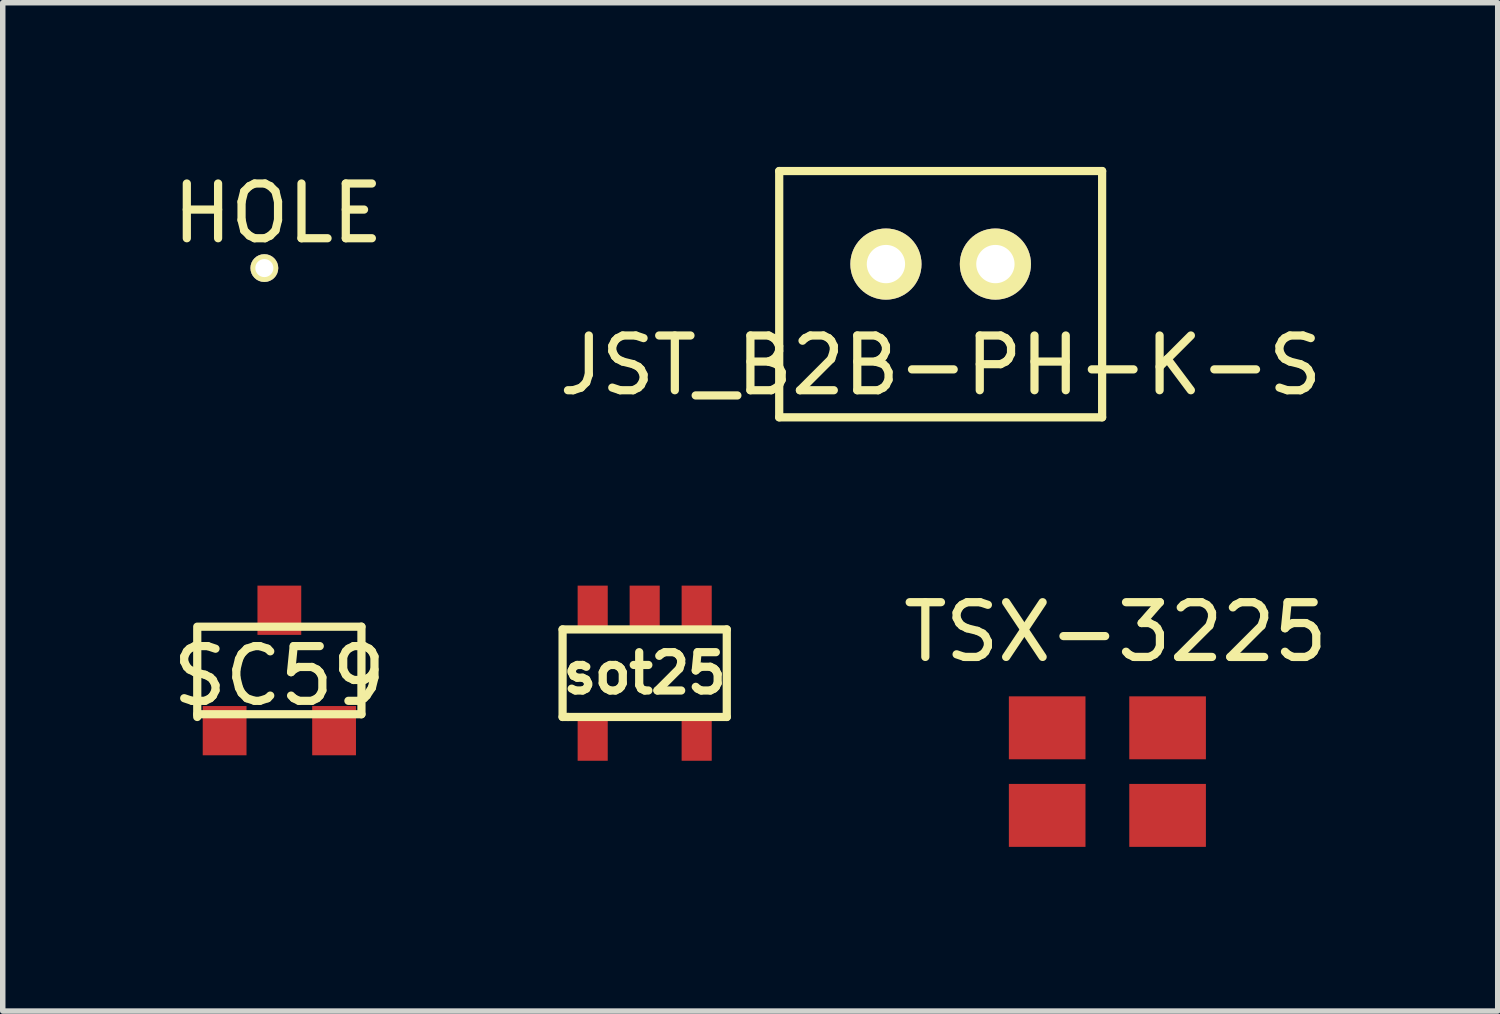
<source format=kicad_pcb>
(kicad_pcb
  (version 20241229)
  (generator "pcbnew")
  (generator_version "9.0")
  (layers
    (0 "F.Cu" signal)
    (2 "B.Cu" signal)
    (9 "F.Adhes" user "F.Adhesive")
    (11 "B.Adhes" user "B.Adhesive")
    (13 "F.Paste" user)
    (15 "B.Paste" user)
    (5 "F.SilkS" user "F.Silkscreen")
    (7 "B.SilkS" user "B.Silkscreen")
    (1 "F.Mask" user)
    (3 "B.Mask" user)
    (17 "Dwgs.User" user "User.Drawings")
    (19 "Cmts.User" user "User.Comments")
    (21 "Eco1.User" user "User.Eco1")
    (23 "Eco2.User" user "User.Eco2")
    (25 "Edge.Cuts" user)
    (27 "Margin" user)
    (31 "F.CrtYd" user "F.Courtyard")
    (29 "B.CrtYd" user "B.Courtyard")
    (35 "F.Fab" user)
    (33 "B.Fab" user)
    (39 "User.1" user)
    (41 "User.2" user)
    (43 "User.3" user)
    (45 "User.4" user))
  (footprint "HOLE"
    (layer "F.Cu")
    (at 1.78 1.848)
    (property "Reference" "HOLE" (at 0.25 -1 0) (layer "F.SilkS") (effects (font (size 1 1) (thickness 0.15))))
    (attr through_hole)
    (pad "1" thru_hole circle (at 0 0) (size 0.508 0.508) (drill 0.33) (layers "*.Cu" "F.SilkS")))
  (footprint "sot25"
    (layer "F.Cu")
    (at 8.729 9.25)
    (property "Reference" "sot25" (at 0 0 0) (layer "F.SilkS") (effects (font (size 0.7 0.7) (thickness 0.15))))
    (attr through_hole)
    (fp_line (start -1.5 -0.8) (end 1.5 -0.8) (stroke (width 0.15) (type solid)) (layer "F.SilkS"))
    (fp_line (start -1.5 0.8) (end -1.5 -0.8) (stroke (width 0.15) (type solid)) (layer "F.SilkS"))
    (fp_line (start -1.4 0.8) (end -1.5 0.8) (stroke (width 0.15) (type solid)) (layer "F.SilkS"))
    (fp_line (start 1.5 -0.8) (end 1.5 0.8) (stroke (width 0.15) (type solid)) (layer "F.SilkS"))
    (fp_line (start 1.5 0.8) (end -1.4 0.8) (stroke (width 0.15) (type solid)) (layer "F.SilkS"))
    (pad "1" smd rect (at 0.95 -1.2) (size 0.55 0.8) (layers "F.Cu" "F.Mask" "F.Paste"))
    (pad "2" smd rect (at 0 -1.2) (size 0.55 0.8) (layers "F.Cu" "F.Mask" "F.Paste"))
    (pad "3" smd rect (at -0.95 -1.2) (size 0.55 0.8) (layers "F.Cu" "F.Mask" "F.Paste"))
    (pad "4" smd rect (at -0.95 1.2) (size 0.55 0.8) (layers "F.Cu" "F.Mask" "F.Paste"))
    (pad "5" smd rect (at 0.95 1.2) (size 0.55 0.8) (layers "F.Cu" "F.Mask" "F.Paste")))
  (footprint "TSX-3225"
    (layer "F.Cu")
    (at 16.083 10.248)
    (property "Reference" "TSX-3225" (at 1.25 -1.75 0) (layer "F.SilkS") (effects (font (size 1 1) (thickness 0.15))))
    (attr through_hole)
    (pad "1" smd rect (at 0 1.6) (size 1.4 1.15) (layers "F.Cu" "F.Mask" "F.Paste"))
    (pad "2" smd rect (at 2.2 1.6) (size 1.4 1.15) (layers "F.Cu" "F.Mask" "F.Paste"))
    (pad "3" smd rect (at 2.2 0) (size 1.4 1.15) (layers "F.Cu" "F.Mask" "F.Paste"))
    (pad "4" smd rect (at 0 0) (size 1.4 1.15) (layers "F.Cu" "F.Mask" "F.Paste")))
  (footprint "JST_B2B-PH-K-S"
    (layer "F.Cu")
    (at 14.137 1.775)
    (property "Reference" "JST_B2B-PH-K-S" (at 0 1.85 0) (layer "F.SilkS") (effects (font (size 1 1) (thickness 0.15))))
    (attr through_hole)
    (fp_line (start -2.95 -1.7) (end 2.95 -1.7) (stroke (width 0.15) (type solid)) (layer "F.SilkS"))
    (fp_line (start -2.95 2.8) (end -2.95 -1.7) (stroke (width 0.15) (type solid)) (layer "F.SilkS"))
    (fp_line (start 2.95 -1.7) (end 2.95 2.8) (stroke (width 0.15) (type solid)) (layer "F.SilkS"))
    (fp_line (start 2.95 2.8) (end -2.95 2.8) (stroke (width 0.15) (type solid)) (layer "F.SilkS"))
    (pad "1" thru_hole circle (at -1 0) (size 1.3 1.3) (drill 0.7) (layers "*.Cu" "*.Mask" "F.SilkS"))
    (pad "2" thru_hole circle (at 1 0) (size 1.3 1.3) (drill 0.7) (layers "*.Cu" "*.Mask" "F.SilkS")))
  (footprint "SC59"
    (layer "F.Cu")
    (at 2.054 8.55)
    (property "Reference" "SC59" (at 0 0.75 0) (layer "F.SilkS") (effects (font (size 1 1) (thickness 0.15))))
    (attr through_hole)
    (fp_line (start -1.5 -0.1) (end -1.5 1.5) (stroke (width 0.15) (type solid)) (layer "F.SilkS"))
    (fp_line (start -1.5 1.45) (end 1.5 1.45) (stroke (width 0.15) (type solid)) (layer "F.SilkS"))
    (fp_line (start 1.5 -0.15) (end -1.5 -0.15) (stroke (width 0.15) (type solid)) (layer "F.SilkS"))
    (fp_line (start 1.5 1.45) (end 1.5 -0.15) (stroke (width 0.15) (type solid)) (layer "F.SilkS"))
    (pad "1" smd rect (at -1 1.75) (size 0.8 0.9) (layers "F.Cu" "F.Mask" "F.Paste"))
    (pad "2" smd rect (at 1 1.75) (size 0.8 0.9) (layers "F.Cu" "F.Mask" "F.Paste"))
    (pad "3" smd rect (at 0 -0.45) (size 0.8 0.9) (layers "F.Cu" "F.Mask" "F.Paste")))
  (gr_rect
    (start -3 -3)
    (end 24.315 15.423)
    (stroke (width 0.1) (type default))
    (fill no)
    (layer "Edge.Cuts")))
</source>
